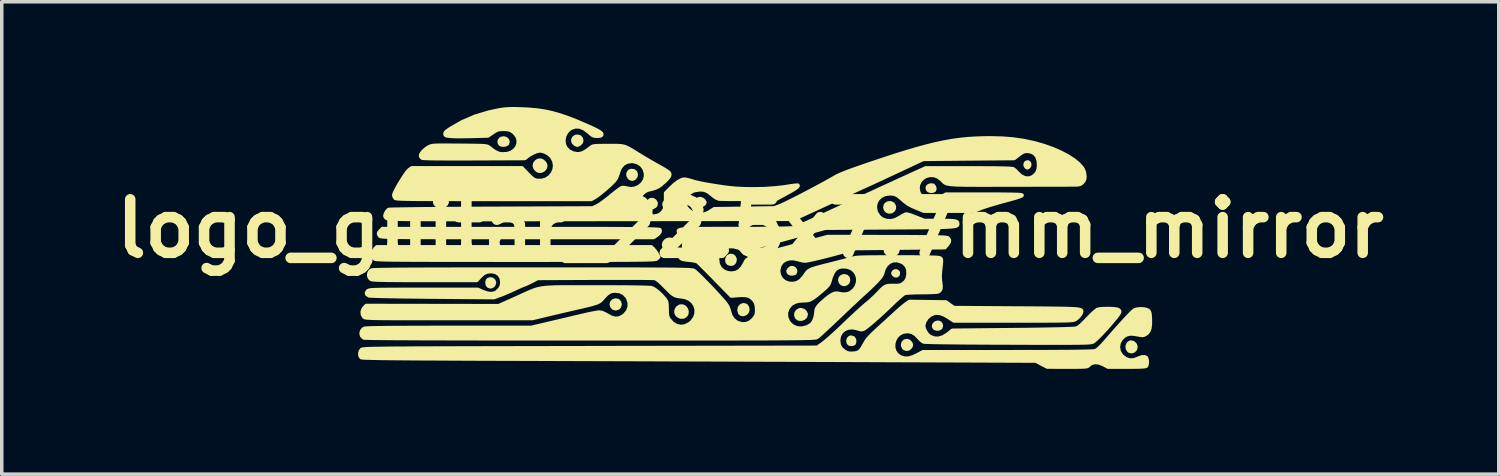
<source format=kicad_pcb>
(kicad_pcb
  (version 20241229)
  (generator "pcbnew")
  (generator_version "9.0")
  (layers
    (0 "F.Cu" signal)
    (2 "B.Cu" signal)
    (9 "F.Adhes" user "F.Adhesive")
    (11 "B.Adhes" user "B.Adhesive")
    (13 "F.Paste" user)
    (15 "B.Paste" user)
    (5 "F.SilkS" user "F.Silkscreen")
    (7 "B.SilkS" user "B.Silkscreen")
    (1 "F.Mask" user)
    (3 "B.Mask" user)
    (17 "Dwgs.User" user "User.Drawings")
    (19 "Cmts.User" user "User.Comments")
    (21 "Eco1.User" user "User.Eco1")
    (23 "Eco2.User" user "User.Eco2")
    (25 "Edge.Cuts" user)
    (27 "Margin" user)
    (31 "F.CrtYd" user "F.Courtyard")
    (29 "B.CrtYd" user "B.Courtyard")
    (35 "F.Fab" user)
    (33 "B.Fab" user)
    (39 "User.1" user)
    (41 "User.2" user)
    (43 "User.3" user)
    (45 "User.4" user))
  (footprint "logo_guitar_22.5x7.7mm_mirror"
    (layer "F.Cu")
    (at 18.332 3.465)
    (property "Reference" "logo_guitar_22.5x7.7mm_mirror" (at 0 0 0) (layer "F.SilkS") (effects (font (size 1.524 1.524) (thickness 0.3))))
    (attr through_hole)
    (fp_poly (pts (xy 4.221 1.263) (xy 4.211 1.314) (xy 4.174 1.344) (xy 4.126 1.343) (xy 4.1 1.326) (xy 4.071 1.291) (xy 4.064 1.274) (xy 4.083 1.229) (xy 4.125 1.206) (xy 4.173 1.208) (xy 4.211 1.235) (xy 4.221 1.263)) (stroke (width 0.1) (type solid)) (fill yes) (layer "F.SilkS"))
    (fp_poly (pts (xy 7.966 -1.829) (xy 7.954 -1.779) (xy 7.939 -1.76) (xy 7.907 -1.735) (xy 7.897 -1.732) (xy 7.871 -1.746) (xy 7.856 -1.76) (xy 7.83 -1.811) (xy 7.841 -1.864) (xy 7.87 -1.892) (xy 7.918 -1.899) (xy 7.952 -1.873) (xy 7.966 -1.829)) (stroke (width 0.1) (type solid)) (fill yes) (layer "F.SilkS"))
    (fp_poly (pts (xy -7.289 1.545) (xy -7.312 1.606) (xy -7.339 1.634) (xy -7.39 1.66) (xy -7.443 1.649) (xy -7.464 1.638) (xy -7.495 1.597) (xy -7.504 1.536) (xy -7.49 1.478) (xy -7.477 1.459) (xy -7.422 1.434) (xy -7.36 1.442) (xy -7.311 1.48) (xy -7.289 1.545)) (stroke (width 0.1) (type solid)) (fill yes) (layer "F.SilkS"))
    (fp_poly (pts (xy -3.712 2.162) (xy -3.73 2.225) (xy -3.758 2.257) (xy -3.826 2.285) (xy -3.894 2.271) (xy -3.94 2.227) (xy -3.962 2.161) (xy -3.947 2.101) (xy -3.904 2.057) (xy -3.843 2.037) (xy -3.773 2.05) (xy -3.766 2.054) (xy -3.724 2.099) (xy -3.712 2.162)) (stroke (width 0.1) (type solid)) (fill yes) (layer "F.SilkS"))
    (fp_poly (pts (xy -0.433 0.885) (xy -0.451 0.96) (xy -0.497 1.005) (xy -0.564 1.015) (xy -0.629 0.991) (xy -0.66 0.949) (xy -0.668 0.888) (xy -0.653 0.826) (xy -0.633 0.798) (xy -0.575 0.766) (xy -0.513 0.771) (xy -0.461 0.807) (xy -0.434 0.867) (xy -0.433 0.885)) (stroke (width 0.1) (type solid)) (fill yes) (layer "F.SilkS"))
    (fp_poly (pts (xy 1.292 1.221) (xy 1.276 1.265) (xy 1.257 1.279) (xy 1.181 1.293) (xy 1.117 1.278) (xy 1.086 1.247) (xy 1.075 1.205) (xy 1.099 1.165) (xy 1.108 1.155) (xy 1.158 1.116) (xy 1.205 1.113) (xy 1.248 1.132) (xy 1.282 1.17) (xy 1.292 1.221)) (stroke (width 0.1) (type solid)) (fill yes) (layer "F.SilkS"))
    (fp_poly (pts (xy 2.8 1.47) (xy 2.781 1.533) (xy 2.753 1.564) (xy 2.685 1.592) (xy 2.618 1.578) (xy 2.572 1.535) (xy 2.55 1.468) (xy 2.565 1.408) (xy 2.608 1.364) (xy 2.669 1.344) (xy 2.738 1.358) (xy 2.746 1.361) (xy 2.788 1.407) (xy 2.8 1.47)) (stroke (width 0.1) (type solid)) (fill yes) (layer "F.SilkS"))
    (fp_poly (pts (xy 2.975 3.226) (xy 2.961 3.273) (xy 2.925 3.293) (xy 2.894 3.298) (xy 2.832 3.293) (xy 2.797 3.262) (xy 2.796 3.259) (xy 2.782 3.197) (xy 2.799 3.139) (xy 2.84 3.101) (xy 2.871 3.094) (xy 2.936 3.113) (xy 2.971 3.164) (xy 2.975 3.226)) (stroke (width 0.1) (type solid)) (fill yes) (layer "F.SilkS"))
    (fp_poly (pts (xy 5.446 2.77) (xy 5.428 2.826) (xy 5.425 2.83) (xy 5.377 2.857) (xy 5.313 2.861) (xy 5.256 2.842) (xy 5.243 2.83) (xy 5.223 2.778) (xy 5.239 2.728) (xy 5.281 2.688) (xy 5.339 2.67) (xy 5.389 2.677) (xy 5.432 2.714) (xy 5.446 2.77)) (stroke (width 0.1) (type solid)) (fill yes) (layer "F.SilkS"))
    (fp_poly (pts (xy -6.904 -2.479) (xy -6.92 -2.423) (xy -6.928 -2.412) (xy -6.974 -2.387) (xy -7.039 -2.379) (xy -7.102 -2.389) (xy -7.13 -2.406) (xy -7.158 -2.461) (xy -7.148 -2.52) (xy -7.105 -2.565) (xy -7.1 -2.568) (xy -7.03 -2.582) (xy -6.968 -2.567) (xy -6.923 -2.529) (xy -6.904 -2.479)) (stroke (width 0.1) (type solid)) (fill yes) (layer "F.SilkS"))
    (fp_poly (pts (xy -4.803 -2.497) (xy -4.822 -2.45) (xy -4.866 -2.406) (xy -4.917 -2.38) (xy -4.93 -2.378) (xy -4.966 -2.391) (xy -5.006 -2.414) (xy -5.05 -2.468) (xy -5.058 -2.529) (xy -5.033 -2.585) (xy -4.981 -2.623) (xy -4.93 -2.632) (xy -4.856 -2.615) (xy -4.814 -2.564) (xy -4.803 -2.497)) (stroke (width 0.1) (type solid)) (fill yes) (layer "F.SilkS"))
    (fp_poly (pts (xy -3.25 -1.543) (xy -3.263 -1.483) (xy -3.3 -1.433) (xy -3.36 -1.409) (xy -3.372 -1.409) (xy -3.417 -1.425) (xy -3.449 -1.451) (xy -3.484 -1.516) (xy -3.483 -1.579) (xy -3.451 -1.629) (xy -3.397 -1.656) (xy -3.328 -1.649) (xy -3.314 -1.644) (xy -3.266 -1.602) (xy -3.25 -1.543)) (stroke (width 0.1) (type solid)) (fill yes) (layer "F.SilkS"))
    (fp_poly (pts (xy -2.682 -0.726) (xy -2.693 -0.665) (xy -2.715 -0.637) (xy -2.776 -0.603) (xy -2.842 -0.61) (xy -2.897 -0.654) (xy -2.9 -0.658) (xy -2.924 -0.703) (xy -2.921 -0.739) (xy -2.9 -0.774) (xy -2.846 -0.821) (xy -2.782 -0.828) (xy -2.722 -0.794) (xy -2.717 -0.789) (xy -2.682 -0.726)) (stroke (width 0.1) (type solid)) (fill yes) (layer "F.SilkS"))
    (fp_poly (pts (xy -1.293 -0.746) (xy -1.313 -0.702) (xy -1.364 -0.669) (xy -1.43 -0.65) (xy -1.495 -0.651) (xy -1.542 -0.674) (xy -1.572 -0.729) (xy -1.563 -0.783) (xy -1.522 -0.828) (xy -1.455 -0.852) (xy -1.425 -0.854) (xy -1.37 -0.838) (xy -1.32 -0.8) (xy -1.294 -0.755) (xy -1.293 -0.746)) (stroke (width 0.1) (type solid)) (fill yes) (layer "F.SilkS"))
    (fp_poly (pts (xy -0.069 2.316) (xy -0.087 2.376) (xy -0.131 2.421) (xy -0.189 2.446) (xy -0.248 2.445) (xy -0.293 2.413) (xy -0.299 2.403) (xy -0.321 2.325) (xy -0.307 2.253) (xy -0.264 2.197) (xy -0.198 2.171) (xy -0.184 2.171) (xy -0.119 2.19) (xy -0.08 2.245) (xy -0.069 2.316)) (stroke (width 0.1) (type solid)) (fill yes) (layer "F.SilkS"))
    (fp_poly (pts (xy 1.593 2.448) (xy 1.573 2.511) (xy 1.523 2.557) (xy 1.456 2.581) (xy 1.387 2.578) (xy 1.331 2.544) (xy 1.299 2.48) (xy 1.304 2.412) (xy 1.34 2.353) (xy 1.4 2.316) (xy 1.443 2.309) (xy 1.508 2.328) (xy 1.563 2.374) (xy 1.592 2.433) (xy 1.593 2.448)) (stroke (width 0.1) (type solid)) (fill yes) (layer "F.SilkS"))
    (fp_poly (pts (xy 4.107 -0.632) (xy 4.104 -0.568) (xy 4.071 -0.515) (xy 4.016 -0.481) (xy 3.947 -0.477) (xy 3.902 -0.492) (xy 3.853 -0.539) (xy 3.836 -0.605) (xy 3.853 -0.672) (xy 3.87 -0.695) (xy 3.93 -0.731) (xy 4.001 -0.735) (xy 4.064 -0.704) (xy 4.072 -0.697) (xy 4.107 -0.632)) (stroke (width 0.1) (type solid)) (fill yes) (layer "F.SilkS"))
    (fp_poly (pts (xy 4.591 3.307) (xy 4.584 3.347) (xy 4.564 3.38) (xy 4.51 3.429) (xy 4.445 3.439) (xy 4.382 3.409) (xy 4.377 3.404) (xy 4.348 3.352) (xy 4.341 3.314) (xy 4.359 3.246) (xy 4.404 3.205) (xy 4.464 3.191) (xy 4.524 3.21) (xy 4.57 3.259) (xy 4.591 3.307)) (stroke (width 0.1) (type solid)) (fill yes) (layer "F.SilkS"))
    (fp_poly (pts (xy 5.261 -1.137) (xy 5.249 -1.092) (xy 5.238 -1.082) (xy 5.177 -1.063) (xy 5.113 -1.069) (xy 5.065 -1.097) (xy 5.058 -1.107) (xy 5.044 -1.159) (xy 5.048 -1.188) (xy 5.083 -1.223) (xy 5.14 -1.242) (xy 5.199 -1.238) (xy 5.216 -1.231) (xy 5.249 -1.19) (xy 5.261 -1.137)) (stroke (width 0.1) (type solid)) (fill yes) (layer "F.SilkS"))
    (fp_poly (pts (xy 10.991 3.369) (xy 10.974 3.439) (xy 10.929 3.487) (xy 10.869 3.507) (xy 10.807 3.493) (xy 10.775 3.468) (xy 10.744 3.406) (xy 10.745 3.338) (xy 10.771 3.278) (xy 10.819 3.24) (xy 10.855 3.233) (xy 10.919 3.253) (xy 10.97 3.303) (xy 10.991 3.367) (xy 10.991 3.369)) (stroke (width 0.1) (type solid)) (fill yes) (layer "F.SilkS"))
    (fp_poly (pts (xy -1.802 2.362) (xy -1.811 2.431) (xy -1.836 2.471) (xy -1.899 2.517) (xy -1.974 2.521) (xy -2.028 2.504) (xy -2.09 2.457) (xy -2.118 2.393) (xy -2.113 2.323) (xy -2.077 2.259) (xy -2.011 2.214) (xy -2.001 2.21) (xy -1.93 2.207) (xy -1.868 2.239) (xy -1.823 2.294) (xy -1.802 2.362)) (stroke (width 0.1) (type solid)) (fill yes) (layer "F.SilkS"))
    (fp_poly (pts (xy -5.828 -1.779) (xy -5.85 -1.715) (xy -5.899 -1.664) (xy -5.964 -1.636) (xy -6.037 -1.639) (xy -6.043 -1.641) (xy -6.093 -1.674) (xy -6.132 -1.719) (xy -6.154 -1.788) (xy -6.141 -1.854) (xy -6.1 -1.91) (xy -6.041 -1.945) (xy -5.974 -1.951) (xy -5.924 -1.931) (xy -5.872 -1.886) (xy -5.841 -1.845) (xy -5.828 -1.779)) (stroke (width 0.1) (type solid)) (fill yes) (layer "F.SilkS"))
    (fp_poly (pts (xy -2.146 0.458) (xy -2.164 0.529) (xy -2.206 0.587) (xy -2.266 0.62) (xy -2.294 0.623) (xy -2.351 0.609) (xy -2.41 0.576) (xy -2.459 0.516) (xy -2.47 0.451) (xy -2.45 0.39) (xy -2.406 0.34) (xy -2.346 0.309) (xy -2.275 0.304) (xy -2.201 0.334) (xy -2.199 0.336) (xy -2.156 0.39) (xy -2.146 0.458)) (stroke (width 0.1) (type solid)) (fill yes) (layer "F.SilkS"))
    (fp_poly (pts (xy -2.57 0.091) (xy -2.611 0.149) (xy -2.678 0.202) (xy -2.755 0.254) (xy -6.638 0.254) (xy -7.135 0.254) (xy -7.587 0.254) (xy -7.998 0.254) (xy -8.368 0.254) (xy -8.7 0.253) (xy -8.997 0.253) (xy -9.26 0.252) (xy -9.491 0.251) (xy -9.693 0.25) (xy -9.867 0.249) (xy -10.016 0.248) (xy -10.141 0.246) (xy -10.245 0.244) (xy -10.329 0.242) (xy -10.397 0.239) (xy -10.449 0.236) (xy -10.489 0.233) (xy -10.517 0.229) (xy -10.537 0.225) (xy -10.549 0.22) (xy -10.557 0.215) (xy -10.561 0.212) (xy -10.593 0.162) (xy -10.589 0.116) (xy -10.546 0.061) (xy -10.542 0.057) (xy -10.485 0) (xy -6.535 0) (xy -6.033 0.000024) (xy -5.574 0.000109) (xy -5.158 0.000275) (xy -4.782 0.001) (xy -4.444 0.001) (xy -4.143 0.001) (xy -3.875 0.002) (xy -3.639 0.003) (xy -3.433 0.004) (xy -3.256 0.005) (xy -3.104 0.007) (xy -2.976 0.009) (xy -2.87 0.011) (xy -2.784 0.013) (xy -2.716 0.016) (xy -2.664 0.018) (xy -2.625 0.022) (xy -2.599 0.025) (xy -2.582 0.03) (xy -2.573 0.034) (xy -2.57 0.038) (xy -2.57 0.091)) (stroke (width 0.1) (type solid)) (fill yes) (layer "F.SilkS"))
    (fp_poly (pts (xy -2.607 0.806) (xy -2.655 0.853) (xy -2.661 0.859) (xy -2.669 0.865) (xy -2.68 0.87) (xy -2.697 0.874) (xy -2.722 0.878) (xy -2.757 0.882) (xy -2.803 0.885) (xy -2.864 0.888) (xy -2.94 0.89) (xy -3.034 0.892) (xy -3.149 0.894) (xy -3.285 0.896) (xy -3.446 0.897) (xy -3.633 0.898) (xy -3.848 0.899) (xy -4.093 0.899) (xy -4.371 0.9) (xy -4.684 0.9) (xy -5.032 0.9) (xy -5.42 0.9) (xy -5.848 0.901) (xy -6.319 0.901) (xy -6.68 0.901) (xy -7.184 0.901) (xy -7.645 0.9) (xy -8.063 0.9) (xy -8.442 0.9) (xy -8.782 0.9) (xy -9.087 0.899) (xy -9.357 0.898) (xy -9.595 0.898) (xy -9.804 0.896) (xy -9.984 0.895) (xy -10.139 0.894) (xy -10.27 0.892) (xy -10.379 0.89) (xy -10.469 0.888) (xy -10.541 0.885) (xy -10.597 0.882) (xy -10.639 0.879) (xy -10.67 0.875) (xy -10.691 0.871) (xy -10.705 0.866) (xy -10.712 0.863) (xy -10.745 0.832) (xy -10.758 0.792) (xy -10.755 0.726) (xy -10.754 0.722) (xy -10.732 0.633) (xy -10.693 0.569) (xy -10.644 0.52) (xy -6.732 0.52) (xy -2.821 0.52) (xy -2.765 0.572) (xy -2.718 0.626) (xy -2.67 0.696) (xy -2.659 0.715) (xy -2.607 0.806)) (stroke (width 0.1) (type solid)) (fill yes) (layer "F.SilkS"))
    (fp_poly (pts (xy 11.402 2.73) (xy 11.387 2.845) (xy 11.355 2.929) (xy 11.303 2.989) (xy 11.271 3.01) (xy 11.221 3.036) (xy 11.175 3.045) (xy 11.114 3.039) (xy 11.062 3.029) (xy 10.927 3.006) (xy 10.823 3.003) (xy 10.74 3.021) (xy 10.665 3.059) (xy 10.652 3.069) (xy 10.56 3.16) (xy 10.506 3.268) (xy 10.49 3.385) (xy 10.512 3.5) (xy 10.575 3.606) (xy 10.596 3.628) (xy 10.702 3.709) (xy 10.813 3.747) (xy 10.935 3.74) (xy 11.069 3.69) (xy 11.078 3.686) (xy 11.166 3.654) (xy 11.241 3.653) (xy 11.287 3.676) (xy 11.304 3.716) (xy 11.314 3.779) (xy 11.315 3.798) (xy 11.308 3.865) (xy 11.292 3.914) (xy 11.287 3.921) (xy 11.262 3.931) (xy 11.205 3.938) (xy 11.115 3.943) (xy 10.987 3.946) (xy 10.818 3.948) (xy 10.727 3.948) (xy 10.195 3.947) (xy 10.068 3.878) (xy 9.938 3.827) (xy 9.818 3.815) (xy 9.714 3.844) (xy 9.63 3.912) (xy 9.615 3.924) (xy 9.588 3.933) (xy 9.544 3.939) (xy 9.476 3.943) (xy 9.38 3.946) (xy 9.25 3.947) (xy 9.081 3.947) (xy 9.031 3.947) (xy 8.463 3.946) (xy 8.301 3.861) (xy 8.14 3.775) (xy 3.798 3.758) (xy 3.324 3.756) (xy 2.808 3.754) (xy 2.257 3.752) (xy 1.674 3.75) (xy 1.066 3.747) (xy 0.436 3.745) (xy -0.209 3.743) (xy -0.864 3.74) (xy -1.526 3.738) (xy -2.188 3.736) (xy -2.845 3.733) (xy -3.493 3.731) (xy -4.126 3.729) (xy -4.739 3.727) (xy -5.327 3.725) (xy -5.798 3.723) (xy -6.391 3.721) (xy -6.939 3.719) (xy -7.444 3.718) (xy -7.909 3.716) (xy -8.333 3.714) (xy -8.72 3.712) (xy -9.07 3.71) (xy -9.386 3.709) (xy -9.668 3.707) (xy -9.92 3.705) (xy -10.141 3.703) (xy -10.335 3.701) (xy -10.502 3.699) (xy -10.645 3.696) (xy -10.764 3.694) (xy -10.862 3.691) (xy -10.94 3.689) (xy -11.001 3.686) (xy -11.044 3.683) (xy -11.073 3.68) (xy -11.088 3.676) (xy -11.092 3.674) (xy -11.123 3.622) (xy -11.128 3.551) (xy -11.107 3.483) (xy -11.081 3.45) (xy -11.076 3.445) (xy -11.067 3.441) (xy -11.055 3.438) (xy -11.038 3.434) (xy -11.013 3.431) (xy -10.98 3.428) (xy -10.936 3.425) (xy -10.88 3.422) (xy -10.81 3.42) (xy -10.725 3.418) (xy -10.624 3.416) (xy -10.504 3.414) (xy -10.364 3.412) (xy -10.202 3.41) (xy -10.018 3.409) (xy -9.808 3.408) (xy -9.572 3.406) (xy -9.308 3.405) (xy -9.014 3.404) (xy -8.689 3.403) (xy -8.332 3.402) (xy -7.939 3.401) (xy -7.511 3.4) (xy -7.045 3.399) (xy -6.54 3.398) (xy -5.994 3.397) (xy -5.405 3.396) (xy -4.773 3.395) (xy -4.562 3.394) (xy 1.909 3.383) (xy 2.001 3.319) (xy 2.067 3.271) (xy 2.14 3.214) (xy 2.223 3.143) (xy 2.322 3.056) (xy 2.44 2.948) (xy 2.582 2.815) (xy 2.751 2.653) (xy 2.759 2.646) (xy 2.885 2.527) (xy 3.009 2.412) (xy 3.125 2.306) (xy 3.226 2.215) (xy 3.305 2.147) (xy 3.337 2.121) (xy 3.434 2.039) (xy 3.538 1.942) (xy 3.629 1.851) (xy 3.635 1.845) (xy 3.722 1.752) (xy 3.791 1.688) (xy 3.85 1.649) (xy 3.911 1.628) (xy 3.985 1.621) (xy 4.076 1.622) (xy 4.182 1.622) (xy 4.256 1.614) (xy 4.31 1.595) (xy 4.33 1.585) (xy 4.42 1.512) (xy 4.474 1.42) (xy 4.497 1.298) (xy 4.497 1.294) (xy 4.491 1.165) (xy 4.45 1.065) (xy 4.372 0.986) (xy 4.31 0.95) (xy 4.188 0.911) (xy 4.071 0.915) (xy 3.965 0.958) (xy 3.876 1.038) (xy 3.81 1.151) (xy 3.786 1.228) (xy 3.767 1.292) (xy 3.738 1.35) (xy 3.692 1.413) (xy 3.622 1.491) (xy 3.593 1.521) (xy 3.498 1.616) (xy 3.387 1.723) (xy 3.279 1.823) (xy 3.244 1.854) (xy 3.181 1.911) (xy 3.09 1.995) (xy 3.063 2.02) (xy 3.063 1.416) (xy 3.034 1.309) (xy 2.975 1.216) (xy 2.889 1.143) (xy 2.775 1.098) (xy 2.723 1.09) (xy 2.602 1.088) (xy 2.505 1.112) (xy 2.427 1.164) (xy 2.363 1.25) (xy 2.308 1.374) (xy 2.265 1.517) (xy 2.247 1.566) (xy 2.217 1.614) (xy 2.168 1.668) (xy 2.093 1.737) (xy 2.036 1.786) (xy 1.919 1.884) (xy 1.828 1.955) (xy 1.755 2.003) (xy 1.693 2.033) (xy 1.633 2.049) (xy 1.568 2.055) (xy 1.536 2.055) (xy 1.388 2.065) (xy 1.272 2.095) (xy 1.178 2.15) (xy 1.146 2.178) (xy 1.067 2.281) (xy 1.029 2.397) (xy 1.033 2.519) (xy 1.08 2.639) (xy 1.125 2.704) (xy 1.222 2.785) (xy 1.34 2.83) (xy 1.471 2.838) (xy 1.603 2.807) (xy 1.628 2.797) (xy 1.697 2.759) (xy 1.753 2.717) (xy 1.763 2.706) (xy 1.814 2.624) (xy 1.852 2.516) (xy 1.869 2.403) (xy 1.87 2.39) (xy 1.876 2.324) (xy 1.898 2.265) (xy 1.941 2.202) (xy 2.011 2.13) (xy 2.113 2.039) (xy 2.117 2.035) (xy 2.232 1.941) (xy 2.325 1.88) (xy 2.402 1.847) (xy 2.471 1.839) (xy 2.52 1.848) (xy 2.644 1.869) (xy 2.762 1.86) (xy 2.855 1.826) (xy 2.958 1.741) (xy 3.026 1.64) (xy 3.061 1.529) (xy 3.063 1.416) (xy 3.063 2.02) (xy 2.978 2.1) (xy 2.85 2.22) (xy 2.712 2.35) (xy 2.571 2.485) (xy 2.517 2.536) (xy 2.383 2.664) (xy 2.256 2.783) (xy 2.142 2.889) (xy 2.045 2.978) (xy 1.969 3.046) (xy 1.919 3.087) (xy 1.905 3.098) (xy 1.897 3.102) (xy 1.886 3.106) (xy 1.87 3.11) (xy 1.848 3.113) (xy 1.818 3.116) (xy 1.779 3.119) (xy 1.729 3.122) (xy 1.666 3.124) (xy 1.589 3.126) (xy 1.495 3.128) (xy 1.385 3.13) (xy 1.255 3.132) (xy 1.104 3.133) (xy 0.932 3.134) (xy 0.735 3.136) (xy 0.512 3.137) (xy 0.262 3.137) (xy -0.016 3.138) (xy -0.325 3.139) (xy -0.666 3.139) (xy -1.041 3.139) (xy -1.451 3.14) (xy -1.898 3.14) (xy -2.383 3.14) (xy -2.909 3.14) (xy -3.476 3.14) (xy -4.087 3.14) (xy -4.568 3.14) (xy -5.286 3.14) (xy -5.958 3.14) (xy -6.585 3.14) (xy -7.168 3.139) (xy -7.707 3.139) (xy -8.203 3.138) (xy -8.657 3.137) (xy -9.068 3.136) (xy -9.439 3.135) (xy -9.769 3.133) (xy -10.058 3.132) (xy -10.308 3.13) (xy -10.52 3.128) (xy -10.693 3.126) (xy -10.829 3.124) (xy -10.927 3.121) (xy -10.99 3.119) (xy -11.016 3.116) (xy -11.017 3.116) (xy -11.071 3.065) (xy -11.092 2.997) (xy -11.08 2.926) (xy -11.036 2.866) (xy -10.999 2.843) (xy -10.973 2.838) (xy -10.914 2.834) (xy -10.823 2.83) (xy -10.696 2.827) (xy -10.533 2.825) (xy -10.332 2.822) (xy -10.092 2.82) (xy -9.812 2.819) (xy -9.491 2.818) (xy -9.126 2.817) (xy -8.717 2.817) (xy -8.596 2.817) (xy -6.249 2.817) (xy -5.751 2.7) (xy -5.569 2.658) (xy -5.367 2.61) (xy -5.162 2.562) (xy -4.971 2.516) (xy -4.822 2.481) (xy -4.681 2.449) (xy -4.549 2.42) (xy -4.436 2.398) (xy -4.35 2.383) (xy -4.301 2.378) (xy -4.217 2.393) (xy -4.119 2.44) (xy -4.087 2.459) (xy -3.957 2.529) (xy -3.843 2.559) (xy -3.739 2.549) (xy -3.636 2.498) (xy -3.583 2.458) (xy -3.496 2.356) (xy -3.451 2.239) (xy -3.448 2.115) (xy -3.489 1.989) (xy -3.517 1.942) (xy -3.604 1.85) (xy -3.718 1.795) (xy -3.844 1.778) (xy -3.937 1.786) (xy -4.016 1.815) (xy -4.093 1.872) (xy -4.179 1.962) (xy -4.189 1.973) (xy -4.223 2.012) (xy -4.253 2.045) (xy -4.286 2.072) (xy -4.326 2.096) (xy -4.378 2.119) (xy -4.448 2.142) (xy -4.54 2.168) (xy -4.661 2.198) (xy -4.816 2.234) (xy -5.009 2.279) (xy -5.045 2.287) (xy -5.218 2.327) (xy -5.401 2.37) (xy -5.579 2.411) (xy -5.74 2.45) (xy -5.871 2.481) (xy -5.882 2.484) (xy -6.211 2.563) (xy -8.59 2.563) (xy -8.973 2.563) (xy -9.313 2.563) (xy -9.612 2.563) (xy -9.873 2.562) (xy -10.098 2.562) (xy -10.291 2.561) (xy -10.453 2.56) (xy -10.588 2.558) (xy -10.699 2.556) (xy -10.787 2.554) (xy -10.856 2.551) (xy -10.908 2.548) (xy -10.946 2.543) (xy -10.973 2.539) (xy -10.991 2.533) (xy -11.003 2.527) (xy -11.012 2.52) (xy -11.014 2.517) (xy -11.054 2.447) (xy -11.059 2.364) (xy -11.03 2.284) (xy -11.003 2.249) (xy -10.945 2.191) (xy -9.057 2.194) (xy -7.17 2.197) (xy -6.673 1.975) (xy -6.541 1.915) (xy -6.428 1.863) (xy -6.33 1.819) (xy -6.242 1.781) (xy -6.161 1.75) (xy -6.082 1.725) (xy -6.001 1.705) (xy -5.914 1.69) (xy -5.815 1.678) (xy -5.702 1.671) (xy -5.569 1.665) (xy -5.412 1.663) (xy -5.228 1.662) (xy -5.011 1.662) (xy -4.758 1.662) (xy -4.463 1.663) (xy -4.39 1.663) (xy -4.029 1.663) (xy -3.716 1.664) (xy -3.448 1.666) (xy -3.226 1.669) (xy -3.051 1.672) (xy -2.921 1.676) (xy -2.838 1.681) (xy -2.802 1.687) (xy -2.724 1.729) (xy -2.632 1.799) (xy -2.537 1.887) (xy -2.457 1.975) (xy -2.418 2.025) (xy -2.393 2.067) (xy -2.379 2.113) (xy -2.373 2.177) (xy -2.37 2.272) (xy -2.37 2.293) (xy -2.367 2.4) (xy -2.36 2.474) (xy -2.346 2.527) (xy -2.323 2.572) (xy -2.311 2.59) (xy -2.213 2.698) (xy -2.101 2.765) (xy -1.979 2.79) (xy -1.856 2.773) (xy -1.735 2.712) (xy -1.667 2.654) (xy -1.586 2.545) (xy -1.545 2.426) (xy -1.542 2.306) (xy -1.574 2.192) (xy -1.639 2.092) (xy -1.733 2.013) (xy -1.855 1.962) (xy -1.912 1.951) (xy -2.014 1.938) (xy -2.09 1.925) (xy -2.149 1.906) (xy -2.202 1.876) (xy -2.259 1.83) (xy -2.33 1.762) (xy -2.417 1.674) (xy -2.521 1.57) (xy -2.6 1.497) (xy -2.661 1.451) (xy -2.708 1.426) (xy -2.729 1.42) (xy -2.764 1.418) (xy -2.842 1.416) (xy -2.958 1.415) (xy -3.109 1.413) (xy -3.29 1.412) (xy -3.497 1.412) (xy -3.728 1.412) (xy -3.977 1.412) (xy -4.241 1.412) (xy -4.433 1.413) (xy -6.061 1.42) (xy -6.223 1.504) (xy -6.308 1.546) (xy -6.384 1.582) (xy -6.436 1.603) (xy -6.441 1.605) (xy -6.484 1.621) (xy -6.558 1.653) (xy -6.651 1.695) (xy -6.729 1.732) (xy -6.847 1.785) (xy -6.972 1.839) (xy -7.084 1.885) (xy -7.135 1.904) (xy -7.308 1.967) (xy -9.06 1.952) (xy -9.343 1.949) (xy -9.612 1.946) (xy -9.866 1.943) (xy -10.099 1.939) (xy -10.308 1.935) (xy -10.489 1.931) (xy -10.64 1.927) (xy -10.755 1.923) (xy -10.832 1.919) (xy -10.867 1.916) (xy -10.867 1.915) (xy -10.924 1.879) (xy -10.939 1.832) (xy -10.909 1.782) (xy -10.9 1.774) (xy -10.888 1.766) (xy -10.871 1.759) (xy -10.847 1.753) (xy -10.811 1.747) (xy -10.761 1.743) (xy -10.694 1.74) (xy -10.604 1.737) (xy -10.491 1.735) (xy -10.349 1.734) (xy -10.176 1.733) (xy -9.968 1.732) (xy -9.723 1.732) (xy -9.435 1.732) (xy -9.306 1.732) (xy -7.764 1.732) (xy -7.63 1.793) (xy -7.493 1.841) (xy -7.372 1.854) (xy -7.271 1.831) (xy -7.234 1.809) (xy -7.142 1.723) (xy -7.092 1.63) (xy -7.079 1.528) (xy -7.1 1.407) (xy -7.157 1.313) (xy -7.245 1.251) (xy -7.361 1.225) (xy -7.386 1.224) (xy -7.495 1.235) (xy -7.586 1.273) (xy -7.674 1.345) (xy -7.703 1.375) (xy -7.797 1.478) (xy -9.273 1.477) (xy -9.588 1.477) (xy -9.859 1.477) (xy -10.09 1.475) (xy -10.283 1.474) (xy -10.441 1.471) (xy -10.566 1.468) (xy -10.663 1.465) (xy -10.733 1.46) (xy -10.779 1.455) (xy -10.804 1.449) (xy -10.807 1.448) (xy -10.856 1.401) (xy -10.876 1.334) (xy -10.867 1.263) (xy -10.828 1.204) (xy -10.794 1.182) (xy -10.775 1.178) (xy -10.733 1.175) (xy -10.666 1.172) (xy -10.572 1.17) (xy -10.451 1.167) (xy -10.301 1.165) (xy -10.12 1.163) (xy -9.908 1.161) (xy -9.662 1.16) (xy -9.382 1.159) (xy -9.066 1.157) (xy -8.712 1.157) (xy -8.319 1.156) (xy -7.886 1.155) (xy -7.412 1.155) (xy -6.894 1.155) (xy -6.332 1.155) (xy -6.204 1.155) (xy -5.665 1.155) (xy -5.171 1.155) (xy -4.719 1.155) (xy -4.307 1.155) (xy -3.934 1.155) (xy -3.597 1.156) (xy -3.295 1.156) (xy -3.025 1.157) (xy -2.787 1.158) (xy -2.577 1.159) (xy -2.394 1.16) (xy -2.236 1.161) (xy -2.102 1.163) (xy -1.988 1.165) (xy -1.894 1.167) (xy -1.817 1.169) (xy -1.755 1.172) (xy -1.707 1.175) (xy -1.67 1.179) (xy -1.643 1.182) (xy -1.624 1.186) (xy -1.611 1.191) (xy -1.602 1.195) (xy -1.565 1.224) (xy -1.501 1.282) (xy -1.417 1.363) (xy -1.319 1.462) (xy -1.211 1.572) (xy -1.098 1.689) (xy -0.987 1.807) (xy -0.883 1.921) (xy -0.791 2.024) (xy -0.76 2.059) (xy -0.687 2.149) (xy -0.64 2.223) (xy -0.611 2.296) (xy -0.598 2.345) (xy -0.556 2.48) (xy -0.493 2.58) (xy -0.405 2.654) (xy -0.369 2.674) (xy -0.245 2.715) (xy -0.123 2.711) (xy -0.009 2.666) (xy 0.09 2.579) (xy 0.126 2.531) (xy 0.16 2.472) (xy 0.178 2.418) (xy 0.182 2.351) (xy 0.18 2.283) (xy 0.171 2.187) (xy 0.152 2.118) (xy 0.117 2.059) (xy 0.11 2.05) (xy 0.043 1.977) (xy -0.032 1.93) (xy -0.125 1.905) (xy -0.246 1.901) (xy -0.331 1.906) (xy -0.541 1.922) (xy -1.003 1.45) (xy -1.124 1.326) (xy -1.236 1.213) (xy -1.335 1.114) (xy -1.416 1.034) (xy -1.474 0.977) (xy -1.506 0.948) (xy -1.508 0.946) (xy -1.549 0.931) (xy -1.623 0.915) (xy -1.716 0.903) (xy -1.746 0.9) (xy -1.864 0.887) (xy -1.941 0.869) (xy -1.981 0.846) (xy -2.001 0.821) (xy -2.004 0.794) (xy -1.987 0.751) (xy -1.954 0.69) (xy -1.916 0.615) (xy -1.898 0.55) (xy -1.895 0.473) (xy -1.897 0.43) (xy -1.909 0.334) (xy -1.934 0.26) (xy -1.98 0.184) (xy -1.984 0.179) (xy -2.009 0.145) (xy -2.031 0.115) (xy -2.046 0.09) (xy -2.051 0.069) (xy -2.044 0.051) (xy -2.021 0.037) (xy -1.981 0.026) (xy -1.919 0.017) (xy -1.833 0.01) (xy -1.72 0.005) (xy -1.578 0.002) (xy -1.403 0.001) (xy -1.192 -0.00024) (xy -0.943 -0.001) (xy -0.652 -0.001) (xy -0.43 -0.001) (xy -0.094 -0.001) (xy 0.209 -0.002) (xy 0.476 -0.004) (xy 0.708 -0.007) (xy 0.9 -0.01) (xy 1.053 -0.013) (xy 1.163 -0.018) (xy 1.23 -0.022) (xy 1.246 -0.025) (xy 1.293 -0.041) (xy 1.376 -0.073) (xy 1.487 -0.121) (xy 1.622 -0.179) (xy 1.773 -0.247) (xy 1.934 -0.321) (xy 1.973 -0.339) (xy 2.148 -0.42) (xy 2.326 -0.503) (xy 2.498 -0.582) (xy 2.654 -0.655) (xy 2.786 -0.716) (xy 2.885 -0.762) (xy 2.886 -0.762) (xy 2.989 -0.809) (xy 3.125 -0.872) (xy 3.282 -0.945) (xy 3.453 -1.023) (xy 3.626 -1.103) (xy 3.741 -1.156) (xy 3.915 -1.236) (xy 4.097 -1.319) (xy 4.276 -1.402) (xy 4.442 -1.477) (xy 4.583 -1.542) (xy 4.653 -1.574) (xy 4.999 -1.731) (xy 6.223 -1.731) (xy 6.512 -1.73) (xy 6.758 -1.729) (xy 6.963 -1.728) (xy 7.131 -1.725) (xy 7.263 -1.722) (xy 7.363 -1.718) (xy 7.434 -1.713) (xy 7.479 -1.708) (xy 7.498 -1.702) (xy 7.541 -1.669) (xy 7.598 -1.614) (xy 7.632 -1.576) (xy 7.729 -1.491) (xy 7.835 -1.445) (xy 7.943 -1.439) (xy 8.045 -1.474) (xy 8.134 -1.55) (xy 8.144 -1.562) (xy 8.184 -1.627) (xy 8.206 -1.701) (xy 8.216 -1.789) (xy 8.209 -1.934) (xy 8.169 -2.05) (xy 8.099 -2.136) (xy 8.001 -2.188) (xy 7.895 -2.203) (xy 7.83 -2.198) (xy 7.775 -2.181) (xy 7.714 -2.145) (xy 7.653 -2.1) (xy 7.52 -1.997) (xy 6.225 -1.986) (xy 4.93 -1.974) (xy 4.125 -1.598) (xy 3.944 -1.513) (xy 3.775 -1.434) (xy 3.622 -1.363) (xy 3.49 -1.302) (xy 3.385 -1.253) (xy 3.311 -1.22) (xy 3.273 -1.203) (xy 3.271 -1.202) (xy 3.239 -1.188) (xy 3.17 -1.157) (xy 3.07 -1.111) (xy 2.944 -1.053) (xy 2.797 -0.985) (xy 2.635 -0.909) (xy 2.517 -0.855) (xy 2.333 -0.769) (xy 2.149 -0.683) (xy 1.971 -0.601) (xy 1.808 -0.526) (xy 1.669 -0.462) (xy 1.559 -0.412) (xy 1.524 -0.396) (xy 1.235 -0.266) (xy -4.535 -0.26) (xy -5.15 -0.259) (xy -5.72 -0.259) (xy -6.247 -0.258) (xy -6.733 -0.258) (xy -7.18 -0.258) (xy -7.588 -0.258) (xy -7.961 -0.258) (xy -8.298 -0.258) (xy -8.603 -0.258) (xy -8.877 -0.259) (xy -9.121 -0.26) (xy -9.337 -0.26) (xy -9.527 -0.262) (xy -9.693 -0.263) (xy -9.835 -0.264) (xy -9.956 -0.266) (xy -10.058 -0.268) (xy -10.141 -0.27) (xy -10.208 -0.272) (xy -10.261 -0.275) (xy -10.301 -0.278) (xy -10.329 -0.281) (xy -10.348 -0.284) (xy -10.359 -0.288) (xy -10.36 -0.289) (xy -10.4 -0.327) (xy -10.414 -0.36) (xy -10.399 -0.419) (xy -10.364 -0.485) (xy -10.321 -0.535) (xy -10.305 -0.546) (xy -10.277 -0.548) (xy -10.206 -0.551) (xy -10.094 -0.554) (xy -9.945 -0.556) (xy -9.76 -0.559) (xy -9.544 -0.562) (xy -9.298 -0.565) (xy -9.026 -0.567) (xy -8.73 -0.57) (xy -8.413 -0.572) (xy -8.079 -0.574) (xy -7.729 -0.576) (xy -7.378 -0.577) (xy -4.491 -0.589) (xy -4.364 -0.65) (xy -4.3 -0.688) (xy -4.211 -0.749) (xy -4.109 -0.825) (xy -4.003 -0.909) (xy -3.973 -0.934) (xy -3.876 -1.013) (xy -3.788 -1.082) (xy -3.716 -1.134) (xy -3.667 -1.164) (xy -3.656 -1.169) (xy -3.597 -1.171) (xy -3.53 -1.157) (xy -3.404 -1.134) (xy -3.283 -1.151) (xy -3.173 -1.2) (xy -3.082 -1.277) (xy -3.017 -1.375) (xy -2.984 -1.489) (xy -2.987 -1.587) (xy -3.029 -1.712) (xy -3.106 -1.812) (xy -3.211 -1.881) (xy -3.339 -1.914) (xy -3.382 -1.917) (xy -3.512 -1.896) (xy -3.62 -1.837) (xy -3.702 -1.74) (xy -3.757 -1.608) (xy -3.766 -1.572) (xy -3.815 -1.44) (xy -3.871 -1.362) (xy -3.941 -1.29) (xy -4.032 -1.205) (xy -4.134 -1.115) (xy -4.238 -1.029) (xy -4.333 -0.955) (xy -4.41 -0.9) (xy -4.438 -0.883) (xy -4.533 -0.831) (xy -7.31 -0.831) (xy -7.729 -0.831) (xy -8.105 -0.831) (xy -8.439 -0.832) (xy -8.734 -0.832) (xy -8.992 -0.833) (xy -9.217 -0.834) (xy -9.41 -0.835) (xy -9.573 -0.836) (xy -9.71 -0.838) (xy -9.822 -0.84) (xy -9.912 -0.843) (xy -9.982 -0.846) (xy -10.035 -0.849) (xy -10.074 -0.853) (xy -10.1 -0.857) (xy -10.116 -0.862) (xy -10.124 -0.868) (xy -10.154 -0.92) (xy -10.16 -0.954) (xy -10.147 -1) (xy -10.113 -1.075) (xy -10.063 -1.171) (xy -10.002 -1.278) (xy -9.935 -1.387) (xy -9.869 -1.491) (xy -9.807 -1.581) (xy -9.755 -1.647) (xy -9.721 -1.68) (xy -9.645 -1.732) (xy -8.076 -1.732) (xy -6.507 -1.732) (xy -6.342 -1.561) (xy -6.263 -1.481) (xy -6.205 -1.429) (xy -6.158 -1.398) (xy -6.111 -1.381) (xy -6.069 -1.373) (xy -5.935 -1.374) (xy -5.816 -1.411) (xy -5.717 -1.478) (xy -5.641 -1.569) (xy -5.592 -1.676) (xy -5.575 -1.793) (xy -5.594 -1.912) (xy -5.651 -2.027) (xy -5.674 -2.057) (xy -5.755 -2.129) (xy -5.856 -2.184) (xy -5.959 -2.213) (xy -5.992 -2.216) (xy -6.078 -2.201) (xy -6.182 -2.159) (xy -6.29 -2.099) (xy -6.343 -2.062) (xy -6.427 -1.997) (xy -7.867 -1.991) (xy -8.207 -1.99) (xy -8.501 -1.99) (xy -8.751 -1.991) (xy -8.957 -1.992) (xy -9.119 -1.995) (xy -9.238 -1.998) (xy -9.315 -2.003) (xy -9.351 -2.009) (xy -9.352 -2.009) (xy -9.389 -2.047) (xy -9.398 -2.078) (xy -9.379 -2.133) (xy -9.33 -2.198) (xy -9.26 -2.264) (xy -9.181 -2.319) (xy -9.156 -2.332) (xy -9.127 -2.345) (xy -9.098 -2.356) (xy -9.062 -2.364) (xy -9.015 -2.37) (xy -8.951 -2.374) (xy -8.866 -2.376) (xy -8.754 -2.377) (xy -8.609 -2.376) (xy -8.427 -2.375) (xy -8.282 -2.374) (xy -8.072 -2.372) (xy -7.904 -2.37) (xy -7.771 -2.368) (xy -7.67 -2.365) (xy -7.596 -2.361) (xy -7.542 -2.355) (xy -7.504 -2.348) (xy -7.478 -2.339) (xy -7.458 -2.327) (xy -7.443 -2.316) (xy -7.343 -2.24) (xy -7.268 -2.189) (xy -7.206 -2.157) (xy -7.148 -2.139) (xy -7.082 -2.13) (xy -7.065 -2.129) (xy -6.927 -2.136) (xy -6.81 -2.175) (xy -6.717 -2.239) (xy -6.652 -2.323) (xy -6.616 -2.419) (xy -6.613 -2.521) (xy -6.646 -2.623) (xy -6.717 -2.718) (xy -6.782 -2.771) (xy -6.837 -2.803) (xy -6.895 -2.821) (xy -6.973 -2.828) (xy -7.031 -2.829) (xy -7.121 -2.827) (xy -7.185 -2.817) (xy -7.243 -2.793) (xy -7.314 -2.75) (xy -7.337 -2.734) (xy -7.478 -2.64) (xy -7.936 -2.627) (xy -8.088 -2.624) (xy -8.236 -2.623) (xy -8.368 -2.623) (xy -8.474 -2.626) (xy -8.544 -2.63) (xy -8.626 -2.639) (xy -8.672 -2.651) (xy -8.694 -2.67) (xy -8.701 -2.695) (xy -8.697 -2.726) (xy -8.673 -2.759) (xy -8.621 -2.801) (xy -8.542 -2.854) (xy -8.204 -3.047) (xy -7.842 -3.202) (xy -7.455 -3.319) (xy -7.216 -3.371) (xy -7.105 -3.391) (xy -7.009 -3.404) (xy -6.915 -3.412) (xy -6.812 -3.415) (xy -6.687 -3.415) (xy -6.535 -3.411) (xy -6.289 -3.399) (xy -6.062 -3.377) (xy -5.847 -3.345) (xy -5.634 -3.298) (xy -5.416 -3.236) (xy -5.185 -3.156) (xy -4.932 -3.057) (xy -4.65 -2.935) (xy -4.595 -2.911) (xy -4.454 -2.846) (xy -4.351 -2.794) (xy -4.283 -2.753) (xy -4.244 -2.72) (xy -4.23 -2.69) (xy -4.233 -2.67) (xy -4.257 -2.646) (xy -4.311 -2.634) (xy -4.363 -2.632) (xy -4.427 -2.635) (xy -4.476 -2.648) (xy -4.525 -2.678) (xy -4.589 -2.732) (xy -4.605 -2.747) (xy -4.735 -2.844) (xy -4.861 -2.896) (xy -4.982 -2.902) (xy -5.101 -2.863) (xy -5.15 -2.834) (xy -5.234 -2.751) (xy -5.289 -2.644) (xy -5.313 -2.525) (xy -5.302 -2.406) (xy -5.259 -2.307) (xy -5.173 -2.216) (xy -5.06 -2.156) (xy -4.936 -2.132) (xy -4.886 -2.134) (xy -4.822 -2.145) (xy -4.761 -2.167) (xy -4.694 -2.205) (xy -4.609 -2.264) (xy -4.541 -2.316) (xy -4.516 -2.334) (xy -4.488 -2.347) (xy -4.45 -2.356) (xy -4.395 -2.362) (xy -4.316 -2.365) (xy -4.205 -2.366) (xy -4.055 -2.367) (xy -4.045 -2.367) (xy -3.9 -2.367) (xy -3.787 -2.366) (xy -3.697 -2.361) (xy -3.621 -2.349) (xy -3.551 -2.328) (xy -3.477 -2.294) (xy -3.39 -2.245) (xy -3.282 -2.179) (xy -3.143 -2.092) (xy -3.141 -2.091) (xy -3.008 -2.01) (xy -2.856 -1.921) (xy -2.706 -1.835) (xy -2.602 -1.778) (xy -2.499 -1.72) (xy -2.41 -1.666) (xy -2.344 -1.621) (xy -2.309 -1.592) (xy -2.306 -1.588) (xy -2.293 -1.544) (xy -2.303 -1.498) (xy -2.34 -1.442) (xy -2.408 -1.369) (xy -2.464 -1.317) (xy -2.546 -1.246) (xy -2.619 -1.195) (xy -2.697 -1.158) (xy -2.794 -1.127) (xy -2.915 -1.099) (xy -2.993 -1.063) (xy -3.072 -0.999) (xy -3.136 -0.92) (xy -3.165 -0.862) (xy -3.186 -0.729) (xy -3.163 -0.602) (xy -3.1 -0.487) (xy -3.016 -0.406) (xy -2.941 -0.372) (xy -2.841 -0.356) (xy -2.733 -0.357) (xy -2.635 -0.376) (xy -2.571 -0.407) (xy -2.497 -0.474) (xy -2.449 -0.552) (xy -2.423 -0.653) (xy -2.413 -0.785) (xy -2.413 -0.813) (xy -2.413 -1.014) (xy -2.286 -1.143) (xy -2.159 -1.262) (xy -2.044 -1.347) (xy -1.945 -1.397) (xy -1.882 -1.409) (xy -1.82 -1.401) (xy -1.736 -1.381) (xy -1.672 -1.362) (xy -1.564 -1.33) (xy -1.421 -1.297) (xy -1.238 -1.262) (xy -1.015 -1.225) (xy -0.749 -1.185) (xy -0.693 -1.177) (xy -0.447 -1.151) (xy -0.171 -1.136) (xy 0.121 -1.133) (xy 0.416 -1.14) (xy 0.7 -1.159) (xy 0.957 -1.188) (xy 1.035 -1.2) (xy 1.149 -1.218) (xy 1.246 -1.231) (xy 1.316 -1.238) (xy 1.353 -1.239) (xy 1.356 -1.238) (xy 1.363 -1.218) (xy 1.346 -1.19) (xy 1.3 -1.153) (xy 1.222 -1.103) (xy 1.108 -1.038) (xy 1.047 -1.004) (xy 0.75 -0.843) (xy -0.035 -0.836) (xy -0.224 -0.835) (xy -0.401 -0.834) (xy -0.56 -0.835) (xy -0.696 -0.836) (xy -0.801 -0.838) (xy -0.871 -0.84) (xy -0.895 -0.843) (xy -0.953 -0.865) (xy -1.026 -0.91) (xy -1.075 -0.948) (xy -1.172 -1.027) (xy -1.253 -1.075) (xy -1.331 -1.1) (xy -1.42 -1.106) (xy -1.467 -1.104) (xy -1.612 -1.078) (xy -1.723 -1.021) (xy -1.8 -0.934) (xy -1.84 -0.819) (xy -1.847 -0.737) (xy -1.845 -0.667) (xy -1.831 -0.618) (xy -1.799 -0.572) (xy -1.744 -0.517) (xy -1.627 -0.433) (xy -1.499 -0.394) (xy -1.362 -0.398) (xy -1.22 -0.447) (xy -1.148 -0.488) (xy -1.028 -0.566) (xy -0.173 -0.578) (xy 0.681 -0.59) (xy 0.854 -0.655) (xy 0.92 -0.684) (xy 1.02 -0.731) (xy 1.148 -0.794) (xy 1.296 -0.868) (xy 1.459 -0.952) (xy 1.63 -1.041) (xy 1.802 -1.132) (xy 1.969 -1.221) (xy 2.124 -1.306) (xy 2.261 -1.382) (xy 2.374 -1.447) (xy 2.392 -1.457) (xy 2.459 -1.494) (xy 2.539 -1.533) (xy 2.638 -1.575) (xy 2.761 -1.624) (xy 2.913 -1.68) (xy 3.098 -1.745) (xy 3.323 -1.823) (xy 3.327 -1.824) (xy 3.734 -1.961) (xy 4.103 -2.082) (xy 4.438 -2.187) (xy 4.744 -2.277) (xy 5.024 -2.353) (xy 5.285 -2.417) (xy 5.529 -2.469) (xy 5.762 -2.51) (xy 5.987 -2.541) (xy 6.21 -2.563) (xy 6.435 -2.577) (xy 6.665 -2.584) (xy 6.835 -2.586) (xy 7.176 -2.578) (xy 7.488 -2.554) (xy 7.785 -2.511) (xy 8.082 -2.448) (xy 8.128 -2.436) (xy 8.382 -2.363) (xy 8.623 -2.276) (xy 8.846 -2.179) (xy 9.046 -2.075) (xy 9.217 -1.965) (xy 9.355 -1.853) (xy 9.455 -1.742) (xy 9.492 -1.683) (xy 9.522 -1.598) (xy 9.536 -1.503) (xy 9.537 -1.489) (xy 9.53 -1.411) (xy 9.504 -1.354) (xy 9.469 -1.314) (xy 9.426 -1.276) (xy 9.381 -1.256) (xy 9.319 -1.247) (xy 9.255 -1.245) (xy 9.209 -1.245) (xy 9.12 -1.245) (xy 8.993 -1.244) (xy 8.832 -1.244) (xy 8.64 -1.243) (xy 8.423 -1.243) (xy 8.183 -1.243) (xy 7.925 -1.242) (xy 7.653 -1.242) (xy 7.389 -1.241) (xy 7.06 -1.241) (xy 6.774 -1.24) (xy 6.527 -1.24) (xy 6.317 -1.241) (xy 6.14 -1.242) (xy 5.993 -1.245) (xy 5.873 -1.248) (xy 5.776 -1.254) (xy 5.699 -1.261) (xy 5.64 -1.271) (xy 5.594 -1.283) (xy 5.559 -1.297) (xy 5.531 -1.314) (xy 5.507 -1.335) (xy 5.484 -1.359) (xy 5.458 -1.387) (xy 5.45 -1.395) (xy 5.349 -1.473) (xy 5.237 -1.513) (xy 5.122 -1.518) (xy 5.012 -1.492) (xy 4.916 -1.435) (xy 4.84 -1.353) (xy 4.792 -1.247) (xy 4.78 -1.15) (xy 4.802 -1.029) (xy 4.864 -0.924) (xy 4.947 -0.853) (xy 5.046 -0.816) (xy 5.166 -0.809) (xy 5.295 -0.833) (xy 5.42 -0.886) (xy 5.447 -0.902) (xy 5.572 -0.981) (xy 6.66 -0.981) (xy 6.916 -0.981) (xy 7.131 -0.981) (xy 7.306 -0.979) (xy 7.446 -0.978) (xy 7.554 -0.975) (xy 7.634 -0.972) (xy 7.69 -0.968) (xy 7.725 -0.962) (xy 7.743 -0.956) (xy 7.747 -0.949) (xy 7.73 -0.932) (xy 7.676 -0.909) (xy 7.584 -0.878) (xy 7.451 -0.84) (xy 7.276 -0.792) (xy 7.117 -0.749) (xy 6.958 -0.703) (xy 6.808 -0.658) (xy 6.681 -0.617) (xy 6.586 -0.583) (xy 6.583 -0.582) (xy 6.362 -0.496) (xy 5.655 -0.496) (xy 4.949 -0.496) (xy 4.723 -0.588) (xy 4.595 -0.644) (xy 4.494 -0.7) (xy 4.405 -0.765) (xy 4.348 -0.814) (xy 4.255 -0.895) (xy 4.182 -0.947) (xy 4.115 -0.977) (xy 4.043 -0.99) (xy 3.969 -0.993) (xy 3.837 -0.974) (xy 3.726 -0.92) (xy 3.64 -0.84) (xy 3.584 -0.739) (xy 3.562 -0.625) (xy 3.579 -0.505) (xy 3.606 -0.44) (xy 3.679 -0.334) (xy 3.769 -0.267) (xy 3.884 -0.23) (xy 4.013 -0.223) (xy 4.138 -0.254) (xy 4.27 -0.325) (xy 4.282 -0.333) (xy 4.354 -0.377) (xy 4.417 -0.407) (xy 4.452 -0.416) (xy 4.493 -0.407) (xy 4.566 -0.385) (xy 4.658 -0.352) (xy 4.731 -0.323) (xy 4.96 -0.231) (xy 5.408 -0.231) (xy 5.573 -0.23) (xy 5.698 -0.228) (xy 5.788 -0.222) (xy 5.848 -0.213) (xy 5.885 -0.198) (xy 5.904 -0.177) (xy 5.911 -0.149) (xy 5.911 -0.135) (xy 5.911 -0.117) (xy 5.907 -0.102) (xy 5.897 -0.088) (xy 5.877 -0.077) (xy 5.846 -0.067) (xy 5.8 -0.059) (xy 5.736 -0.052) (xy 5.651 -0.046) (xy 5.543 -0.041) (xy 5.408 -0.037) (xy 5.244 -0.034) (xy 5.047 -0.031) (xy 4.815 -0.029) (xy 4.545 -0.027) (xy 4.233 -0.025) (xy 3.972 -0.023) (xy 2.136 -0.011) (xy 1.616 0.132) (xy 1.282 0.224) (xy 0.98 0.306) (xy 0.712 0.379) (xy 0.481 0.441) (xy 0.287 0.492) (xy 0.133 0.532) (xy 0.021 0.56) (xy -0.016 0.569) (xy -0.103 0.588) (xy -0.164 0.595) (xy -0.215 0.59) (xy -0.276 0.572) (xy -0.322 0.555) (xy -0.475 0.515) (xy -0.613 0.514) (xy -0.732 0.547) (xy -0.828 0.613) (xy -0.895 0.709) (xy -0.929 0.833) (xy -0.933 0.89) (xy -0.913 1.019) (xy -0.855 1.127) (xy -0.765 1.208) (xy -0.649 1.257) (xy -0.542 1.27) (xy -0.418 1.253) (xy -0.314 1.199) (xy -0.226 1.105) (xy -0.167 1.004) (xy -0.15 0.969) (xy -0.134 0.939) (xy -0.117 0.913) (xy -0.095 0.889) (xy -0.063 0.866) (xy -0.02 0.843) (xy 0.04 0.819) (xy 0.12 0.791) (xy 0.223 0.76) (xy 0.352 0.723) (xy 0.512 0.679) (xy 0.706 0.626) (xy 0.937 0.565) (xy 1.201 0.495) (xy 1.37 0.449) (xy 1.538 0.405) (xy 1.695 0.363) (xy 1.832 0.326) (xy 1.94 0.297) (xy 1.986 0.285) (xy 2.205 0.226) (xy 3.902 0.23) (xy 4.225 0.23) (xy 4.505 0.231) (xy 4.746 0.233) (xy 4.949 0.234) (xy 5.119 0.236) (xy 5.258 0.238) (xy 5.37 0.24) (xy 5.457 0.243) (xy 5.523 0.247) (xy 5.571 0.251) (xy 5.604 0.256) (xy 5.626 0.262) (xy 5.638 0.269) (xy 5.64 0.27) (xy 5.675 0.323) (xy 5.669 0.384) (xy 5.622 0.457) (xy 5.613 0.467) (xy 5.546 0.543) (xy 4.256 0.556) (xy 2.967 0.569) (xy 2.713 0.643) (xy 2.557 0.687) (xy 2.391 0.732) (xy 2.223 0.776) (xy 2.059 0.818) (xy 1.907 0.855) (xy 1.773 0.885) (xy 1.665 0.908) (xy 1.59 0.921) (xy 1.562 0.924) (xy 1.489 0.916) (xy 1.405 0.896) (xy 1.385 0.889) (xy 1.239 0.855) (xy 1.106 0.858) (xy 0.991 0.896) (xy 0.899 0.964) (xy 0.837 1.06) (xy 0.809 1.181) (xy 0.808 1.211) (xy 0.829 1.332) (xy 0.887 1.434) (xy 0.976 1.511) (xy 1.088 1.557) (xy 1.218 1.566) (xy 1.222 1.565) (xy 1.333 1.539) (xy 1.428 1.482) (xy 1.516 1.387) (xy 1.56 1.324) (xy 1.592 1.276) (xy 1.624 1.237) (xy 1.661 1.204) (xy 1.71 1.175) (xy 1.775 1.147) (xy 1.864 1.118) (xy 1.982 1.086) (xy 2.135 1.046) (xy 2.261 1.015) (xy 2.412 0.977) (xy 2.559 0.939) (xy 2.692 0.905) (xy 2.8 0.876) (xy 2.875 0.855) (xy 2.875 0.855) (xy 2.913 0.844) (xy 2.952 0.836) (xy 2.996 0.828) (xy 3.05 0.822) (xy 3.117 0.818) (xy 3.201 0.814) (xy 3.308 0.812) (xy 3.442 0.81) (xy 3.606 0.809) (xy 3.805 0.808) (xy 4.044 0.808) (xy 4.204 0.808) (xy 4.475 0.808) (xy 4.703 0.809) (xy 4.892 0.81) (xy 5.045 0.812) (xy 5.167 0.815) (xy 5.26 0.818) (xy 5.328 0.822) (xy 5.374 0.828) (xy 5.403 0.834) (xy 5.415 0.84) (xy 5.434 0.857) (xy 5.445 0.879) (xy 5.448 0.917) (xy 5.445 0.978) (xy 5.435 1.073) (xy 5.429 1.123) (xy 5.415 1.266) (xy 5.411 1.381) (xy 5.418 1.481) (xy 5.425 1.53) (xy 5.437 1.64) (xy 5.431 1.715) (xy 5.404 1.767) (xy 5.358 1.801) (xy 5.32 1.809) (xy 5.243 1.815) (xy 5.134 1.82) (xy 4.999 1.823) (xy 4.887 1.824) (xy 4.747 1.825) (xy 4.619 1.829) (xy 4.512 1.834) (xy 4.435 1.841) (xy 4.398 1.848) (xy 4.361 1.871) (xy 4.298 1.922) (xy 4.217 1.992) (xy 4.125 2.077) (xy 4.068 2.133) (xy 3.93 2.264) (xy 3.792 2.394) (xy 3.658 2.516) (xy 3.533 2.627) (xy 3.422 2.722) (xy 3.331 2.795) (xy 3.266 2.844) (xy 3.245 2.856) (xy 3.201 2.876) (xy 3.161 2.88) (xy 3.107 2.868) (xy 3.056 2.852) (xy 2.917 2.823) (xy 2.79 2.834) (xy 2.68 2.878) (xy 2.594 2.954) (xy 2.538 3.057) (xy 2.517 3.183) (xy 2.517 3.186) (xy 2.533 3.313) (xy 2.585 3.412) (xy 2.675 3.49) (xy 2.689 3.499) (xy 2.759 3.535) (xy 2.821 3.552) (xy 2.898 3.554) (xy 2.934 3.551) (xy 3.019 3.541) (xy 3.083 3.518) (xy 3.137 3.475) (xy 3.188 3.406) (xy 3.247 3.302) (xy 3.256 3.286) (xy 3.295 3.218) (xy 3.341 3.153) (xy 3.401 3.084) (xy 3.481 3.002) (xy 3.589 2.901) (xy 3.625 2.867) (xy 3.744 2.759) (xy 3.872 2.642) (xy 3.996 2.528) (xy 4.104 2.429) (xy 4.135 2.4) (xy 4.228 2.317) (xy 4.317 2.24) (xy 4.393 2.177) (xy 4.445 2.137) (xy 4.446 2.137) (xy 4.536 2.076) (xy 5.056 2.083) (xy 5.576 2.09) (xy 5.689 2.171) (xy 5.801 2.251) (xy 7.584 2.263) (xy 7.921 2.265) (xy 8.214 2.267) (xy 8.467 2.269) (xy 8.682 2.272) (xy 8.864 2.274) (xy 9.014 2.278) (xy 9.135 2.282) (xy 9.232 2.286) (xy 9.305 2.292) (xy 9.36 2.3) (xy 9.398 2.308) (xy 9.422 2.318) (xy 9.436 2.33) (xy 9.442 2.344) (xy 9.444 2.36) (xy 9.444 2.371) (xy 9.427 2.42) (xy 9.384 2.483) (xy 9.325 2.545) (xy 9.269 2.588) (xy 9.254 2.596) (xy 9.236 2.603) (xy 9.211 2.61) (xy 9.177 2.615) (xy 9.131 2.619) (xy 9.068 2.623) (xy 8.987 2.626) (xy 8.883 2.628) (xy 8.753 2.63) (xy 8.594 2.631) (xy 8.403 2.632) (xy 8.176 2.632) (xy 7.911 2.632) (xy 7.604 2.632) (xy 7.499 2.632) (xy 5.803 2.632) (xy 5.647 2.53) (xy 5.517 2.455) (xy 5.404 2.416) (xy 5.298 2.409) (xy 5.227 2.422) (xy 5.123 2.471) (xy 5.035 2.55) (xy 4.972 2.648) (xy 4.942 2.753) (xy 4.941 2.774) (xy 4.958 2.853) (xy 5 2.941) (xy 5.056 3.02) (xy 5.111 3.067) (xy 5.234 3.12) (xy 5.36 3.127) (xy 5.488 3.09) (xy 5.622 3.008) (xy 5.647 2.988) (xy 5.757 2.898) (xy 7.479 2.88) (xy 7.799 2.877) (xy 8.095 2.873) (xy 8.364 2.869) (xy 8.605 2.864) (xy 8.814 2.86) (xy 8.988 2.855) (xy 9.126 2.85) (xy 9.223 2.845) (xy 9.278 2.841) (xy 9.287 2.839) (xy 9.334 2.819) (xy 9.389 2.78) (xy 9.459 2.717) (xy 9.55 2.625) (xy 9.598 2.575) (xy 9.685 2.485) (xy 9.767 2.406) (xy 9.836 2.345) (xy 9.884 2.309) (xy 9.893 2.304) (xy 9.96 2.289) (xy 10.068 2.28) (xy 10.212 2.278) (xy 10.213 2.278) (xy 10.344 2.283) (xy 10.435 2.293) (xy 10.492 2.311) (xy 10.522 2.338) (xy 10.529 2.373) (xy 10.514 2.409) (xy 10.472 2.472) (xy 10.408 2.555) (xy 10.327 2.653) (xy 10.236 2.759) (xy 10.139 2.868) (xy 10.042 2.972) (xy 9.951 3.067) (xy 9.87 3.146) (xy 9.805 3.203) (xy 9.78 3.221) (xy 9.768 3.229) (xy 9.754 3.235) (xy 9.735 3.241) (xy 9.709 3.246) (xy 9.672 3.25) (xy 9.623 3.254) (xy 9.558 3.257) (xy 9.475 3.259) (xy 9.37 3.261) (xy 9.242 3.262) (xy 9.088 3.263) (xy 8.904 3.264) (xy 8.688 3.264) (xy 8.438 3.263) (xy 8.15 3.263) (xy 7.822 3.262) (xy 7.452 3.261) (xy 7.355 3.26) (xy 6.923 3.259) (xy 6.532 3.257) (xy 6.182 3.255) (xy 5.875 3.252) (xy 5.609 3.249) (xy 5.387 3.246) (xy 5.209 3.243) (xy 5.075 3.239) (xy 4.985 3.235) (xy 4.941 3.231) (xy 4.938 3.23) (xy 4.888 3.198) (xy 4.829 3.144) (xy 4.803 3.114) (xy 4.709 3.016) (xy 4.613 2.958) (xy 4.504 2.934) (xy 4.466 2.933) (xy 4.346 2.952) (xy 4.246 3.004) (xy 4.168 3.082) (xy 4.114 3.178) (xy 4.086 3.284) (xy 4.086 3.392) (xy 4.116 3.495) (xy 4.178 3.585) (xy 4.274 3.654) (xy 4.28 3.657) (xy 4.391 3.691) (xy 4.508 3.691) (xy 4.638 3.654) (xy 4.748 3.602) (xy 4.922 3.51) (xy 7.339 3.509) (xy 7.754 3.508) (xy 8.125 3.508) (xy 8.454 3.507) (xy 8.742 3.505) (xy 8.992 3.504) (xy 9.205 3.502) (xy 9.384 3.5) (xy 9.53 3.497) (xy 9.646 3.494) (xy 9.733 3.49) (xy 9.793 3.486) (xy 9.828 3.482) (xy 9.835 3.48) (xy 9.884 3.452) (xy 9.949 3.397) (xy 10.033 3.311) (xy 10.141 3.19) (xy 10.144 3.187) (xy 10.312 2.993) (xy 10.466 2.819) (xy 10.604 2.666) (xy 10.723 2.537) (xy 10.82 2.435) (xy 10.894 2.363) (xy 10.942 2.323) (xy 10.95 2.318) (xy 11.025 2.295) (xy 11.119 2.286) (xy 11.216 2.29) (xy 11.298 2.308) (xy 11.339 2.329) (xy 11.365 2.355) (xy 11.382 2.39) (xy 11.393 2.445) (xy 11.399 2.53) (xy 11.402 2.577) (xy 11.402 2.73)) (stroke (width 0.1) (type solid)) (fill yes) (layer "F.SilkS")))
  (gr_rect
    (start -3 -3)
    (end 39.663 10.463)
    (stroke (width 0.1) (type default))
    (fill no)
    (layer "Edge.Cuts")))
</source>
